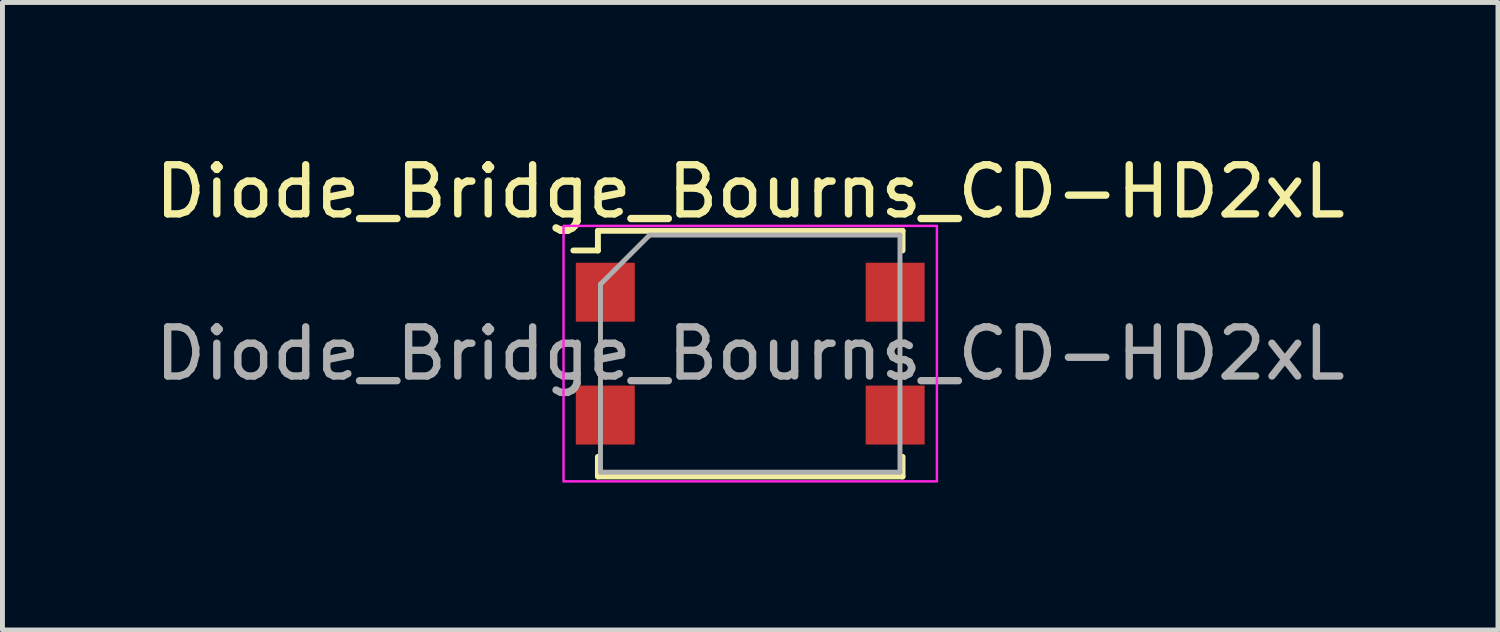
<source format=kicad_pcb>
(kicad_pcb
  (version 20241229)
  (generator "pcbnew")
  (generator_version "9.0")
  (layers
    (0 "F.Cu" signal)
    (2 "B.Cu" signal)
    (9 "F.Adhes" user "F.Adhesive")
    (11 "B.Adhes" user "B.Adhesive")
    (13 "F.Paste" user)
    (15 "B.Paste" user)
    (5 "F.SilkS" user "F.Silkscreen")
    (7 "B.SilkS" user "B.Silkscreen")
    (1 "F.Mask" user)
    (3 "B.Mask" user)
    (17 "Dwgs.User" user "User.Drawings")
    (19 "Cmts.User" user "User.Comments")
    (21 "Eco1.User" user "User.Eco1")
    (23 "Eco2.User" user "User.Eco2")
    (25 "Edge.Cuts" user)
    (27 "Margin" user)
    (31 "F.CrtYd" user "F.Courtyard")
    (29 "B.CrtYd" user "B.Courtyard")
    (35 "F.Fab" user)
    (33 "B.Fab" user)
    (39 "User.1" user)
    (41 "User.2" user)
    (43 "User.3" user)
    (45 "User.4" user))
  (footprint "Diode_Bridge_Bourns_CD-HD2xL"
    (layer "F.Cu")
    (at 12.22 4.148)
    (property "Reference" "Diode_Bridge_Bourns_CD-HD2xL" (at 0 -3.3 0) (unlocked yes) (layer "F.SilkS") (effects (font (size 1 1) (thickness 0.15))))
    (attr smd)
    (fp_line (start -3.1 -2.5) (end -3.1 -2.1) (stroke (width 0.12) (type default)) (layer "F.SilkS"))
    (fp_line (start -3.1 -2.1) (end -3.6 -2.1) (stroke (width 0.12) (type default)) (layer "F.SilkS"))
    (fp_line (start -3.1 2.1) (end -3.1 2.5) (stroke (width 0.12) (type default)) (layer "F.SilkS"))
    (fp_line (start -3.1 2.5) (end 3.1 2.5) (stroke (width 0.12) (type default)) (layer "F.SilkS"))
    (fp_line (start 3.1 -2.5) (end -3.1 -2.5) (stroke (width 0.12) (type default)) (layer "F.SilkS"))
    (fp_line (start 3.1 -2.1) (end 3.1 -2.5) (stroke (width 0.12) (type default)) (layer "F.SilkS"))
    (fp_line (start 3.1 2.5) (end 3.1 2.1) (stroke (width 0.12) (type default)) (layer "F.SilkS"))
    (fp_rect (start -3.8 -2.6) (end 3.8 2.6) (stroke (width 0.05) (type default)) (fill no) (layer "F.CrtYd"))
    (fp_line (start -3.048 2.413) (end -3.048 -1.413) (stroke (width 0.1) (type default)) (layer "F.Fab"))
    (fp_line (start -2.048 -2.413) (end -3.048 -1.413) (stroke (width 0.1) (type default)) (layer "F.Fab"))
    (fp_line (start -2.048 -2.413) (end 3.048 -2.413) (stroke (width 0.1) (type default)) (layer "F.Fab"))
    (fp_line (start 3.048 -2.413) (end 3.048 2.413) (stroke (width 0.1) (type default)) (layer "F.Fab"))
    (fp_line (start 3.048 2.413) (end -3.048 2.413) (stroke (width 0.1) (type default)) (layer "F.Fab"))
    (fp_text user "${REFERENCE}" (at 0 0 0) (unlocked yes) (layer "F.Fab") (effects (font (size 1 1) (thickness 0.15))))
    (pad "1" smd rect (at -2.95 -1.25) (size 1.2 1.2) (layers "F.Cu" "F.Mask" "F.Paste"))
    (pad "2" smd rect (at 2.95 -1.25) (size 1.2 1.2) (layers "F.Cu" "F.Mask" "F.Paste"))
    (pad "3" smd rect (at 2.95 1.25) (size 1.2 1.2) (layers "F.Cu" "F.Mask" "F.Paste"))
    (pad "4" smd rect (at -2.95 1.25) (size 1.2 1.2) (layers "F.Cu" "F.Mask" "F.Paste")))
  (gr_rect
    (start -3 -3)
    (end 27.44 9.773)
    (stroke (width 0.1) (type default))
    (fill no)
    (layer "Edge.Cuts")))
</source>
